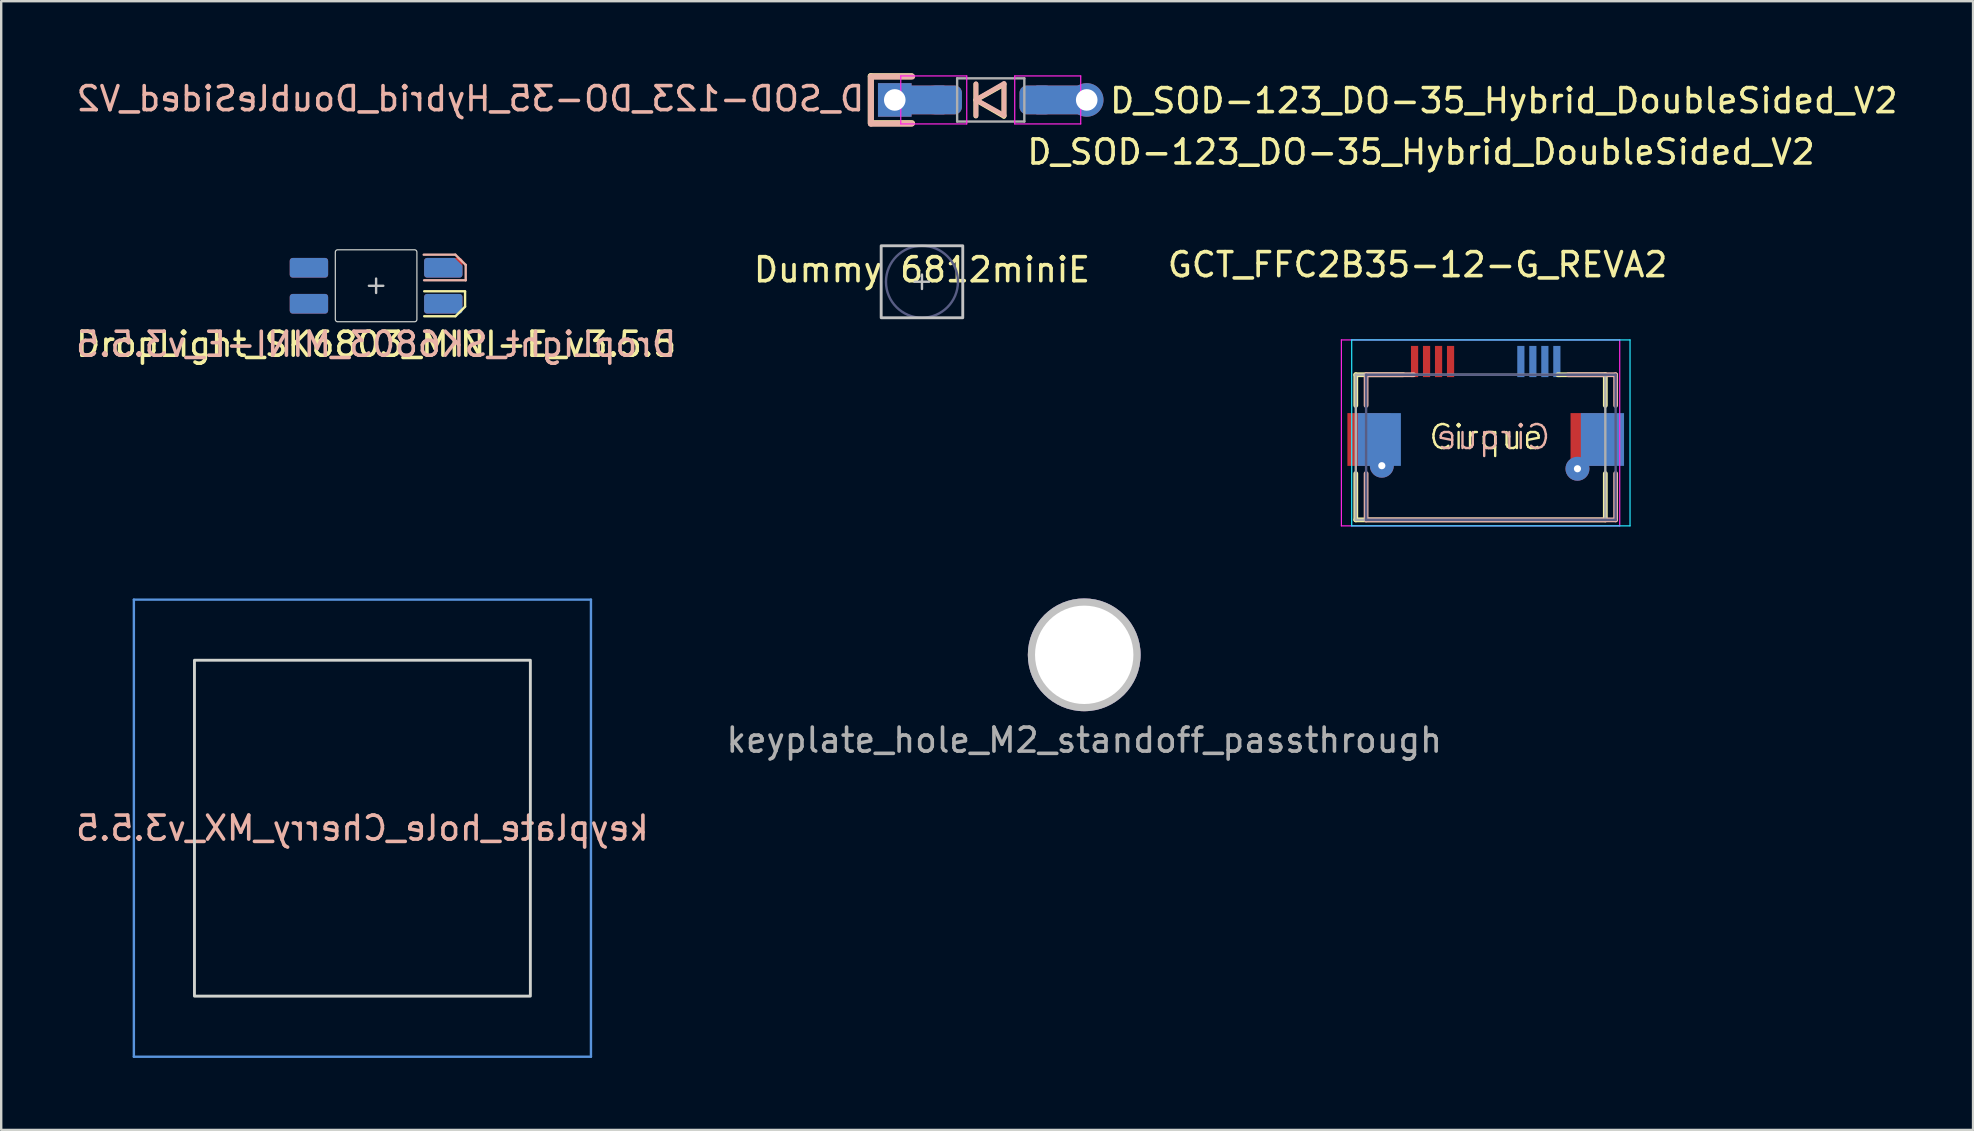
<source format=kicad_pcb>
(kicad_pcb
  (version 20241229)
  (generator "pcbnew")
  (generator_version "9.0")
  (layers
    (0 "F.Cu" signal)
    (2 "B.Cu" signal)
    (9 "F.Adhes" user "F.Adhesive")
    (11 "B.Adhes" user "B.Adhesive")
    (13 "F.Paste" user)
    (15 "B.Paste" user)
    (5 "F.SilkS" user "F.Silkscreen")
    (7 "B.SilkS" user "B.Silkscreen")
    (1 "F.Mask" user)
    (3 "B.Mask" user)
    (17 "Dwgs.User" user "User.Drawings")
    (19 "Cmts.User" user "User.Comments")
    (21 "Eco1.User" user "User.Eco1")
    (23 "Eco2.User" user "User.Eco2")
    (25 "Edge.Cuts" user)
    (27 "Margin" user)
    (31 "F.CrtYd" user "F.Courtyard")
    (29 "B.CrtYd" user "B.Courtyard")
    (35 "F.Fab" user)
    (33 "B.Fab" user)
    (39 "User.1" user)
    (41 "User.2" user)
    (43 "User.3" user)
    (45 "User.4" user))
  (footprint "GCT_FFC2B35-12-G_REVA2"
    (layer "F.Cu")
    (at 58.655 15.267)
    (property "Reference" "GCT_FFC2B35-12-G_REVA2" (at -2.625 -7.285 180) (layer "F.SilkS") (effects (font (size 1 1) (thickness 0.15))))
    (attr smd)
    (fp_line (start -5.2 -2.7) (end -3.22 -2.7) (stroke (width 0.2) (type solid)) (layer "F.SilkS"))
    (fp_line (start -5.2 -1.42) (end -5.2 -2.7) (stroke (width 0.2) (type solid)) (layer "F.SilkS"))
    (fp_line (start -5.2 3.35) (end -5.2 1.42) (stroke (width 0.2) (type solid)) (layer "F.SilkS"))
    (fp_line (start 3.22 -2.7) (end 5.2 -2.7) (stroke (width 0.2) (type solid)) (layer "F.SilkS"))
    (fp_line (start 5.2 -2.7) (end 5.2 -1.42) (stroke (width 0.2) (type solid)) (layer "F.SilkS"))
    (fp_line (start 5.2 3.35) (end -5.2 3.35) (stroke (width 0.2) (type solid)) (layer "F.SilkS"))
    (fp_line (start 5.2 3.35) (end 5.2 1.42) (stroke (width 0.2) (type solid)) (layer "F.SilkS"))
    (fp_line (start -4.77 -2.7) (end -4.77 -1.42) (stroke (width 0.2) (type solid)) (layer "B.SilkS"))
    (fp_line (start -4.77 3.35) (end -4.77 1.42) (stroke (width 0.2) (type solid)) (layer "B.SilkS"))
    (fp_line (start -4.77 3.35) (end 5.63 3.35) (stroke (width 0.2) (type solid)) (layer "B.SilkS"))
    (fp_line (start -2.79 -2.7) (end -4.77 -2.7) (stroke (width 0.2) (type solid)) (layer "B.SilkS"))
    (fp_line (start 5.63 -2.7) (end 3.65 -2.7) (stroke (width 0.2) (type solid)) (layer "B.SilkS"))
    (fp_line (start 5.63 -1.42) (end 5.63 -2.7) (stroke (width 0.2) (type solid)) (layer "B.SilkS"))
    (fp_line (start 5.63 3.35) (end 5.63 1.42) (stroke (width 0.2) (type solid)) (layer "B.SilkS"))
    (fp_line (start -5.37 -4.15) (end 6.23 -4.15) (stroke (width 0.05) (type solid)) (layer "B.CrtYd"))
    (fp_line (start -5.37 3.6) (end -5.37 -4.15) (stroke (width 0.05) (type solid)) (layer "B.CrtYd"))
    (fp_line (start 6.23 -4.15) (end 6.23 3.6) (stroke (width 0.05) (type solid)) (layer "B.CrtYd"))
    (fp_line (start 6.23 3.6) (end -5.37 3.6) (stroke (width 0.05) (type solid)) (layer "B.CrtYd"))
    (fp_line (start -5.8 -4.15) (end -5.8 3.6) (stroke (width 0.05) (type solid)) (layer "F.CrtYd"))
    (fp_line (start -5.8 3.6) (end 5.8 3.6) (stroke (width 0.05) (type solid)) (layer "F.CrtYd"))
    (fp_line (start 5.8 -4.15) (end -5.8 -4.15) (stroke (width 0.05) (type solid)) (layer "F.CrtYd"))
    (fp_line (start 5.8 3.6) (end 5.8 -4.15) (stroke (width 0.05) (type solid)) (layer "F.CrtYd"))
    (fp_line (start -4.77 -2.7) (end -4.77 3.35) (stroke (width 0.1) (type solid)) (layer "B.Fab"))
    (fp_line (start -4.77 3.35) (end 5.63 3.35) (stroke (width 0.1) (type solid)) (layer "B.Fab"))
    (fp_line (start 5.63 -2.7) (end -4.77 -2.7) (stroke (width 0.1) (type solid)) (layer "B.Fab"))
    (fp_line (start 5.63 3.35) (end 5.63 -2.7) (stroke (width 0.1) (type solid)) (layer "B.Fab"))
    (fp_line (start -5.2 -2.7) (end 5.2 -2.7) (stroke (width 0.1) (type solid)) (layer "F.Fab"))
    (fp_line (start -5.2 3.35) (end -5.2 -2.7) (stroke (width 0.1) (type solid)) (layer "F.Fab"))
    (fp_line (start 5.2 -2.7) (end 5.2 3.35) (stroke (width 0.1) (type solid)) (layer "F.Fab"))
    (fp_line (start 5.2 3.35) (end -5.2 3.35) (stroke (width 0.1) (type solid)) (layer "F.Fab"))
    (fp_line (start -5.799 -4.166) (end 6.247 -4.166) (stroke (width 0.05) (type solid)) (layer "User.9"))
    (fp_line (start -5.799 3.408) (end -5.799 -4.166) (stroke (width 0.05) (type default)) (layer "User.9"))
    (fp_line (start 6.247 -4.166) (end 6.247 3.408) (stroke (width 0.05) (type default)) (layer "User.9"))
    (fp_line (start 6.247 3.408) (end -5.799 3.408) (stroke (width 0.05) (type default)) (layer "User.9"))
    (fp_line (start -5.799 -4.166) (end 6.247 -4.166) (stroke (width 0.05) (type solid)) (layer "User.10"))
    (fp_line (start -5.799 3.408) (end -5.799 -4.166) (stroke (width 0.05) (type default)) (layer "User.10"))
    (fp_line (start 6.247 -4.166) (end 6.247 3.408) (stroke (width 0.05) (type default)) (layer "User.10"))
    (fp_line (start 6.247 3.408) (end -5.799 3.408) (stroke (width 0.05) (type default)) (layer "User.10"))
    (fp_text user "Cirque" (at 0.229 -0.102 0) (layer "F.SilkS") (effects (font (size 1 1) (thickness 0.1))))
    (fp_text user "Cirque" (at 0.533 -0.102 0) (layer "B.SilkS") (effects (font (size 1 1) (thickness 0.1)) (justify mirror)))
    (pad "1" smd rect (at -2.75 -3.25) (size 0.3 1.3) (layers "F.Cu" "F.Mask" "F.Paste"))
    (pad "1" smd rect (at 3.18 -3.25) (size 0.3 1.3) (layers "B.Cu" "B.Mask" "B.Paste"))
    (pad "2" smd rect (at -2.25 -3.25) (size 0.3 1.3) (layers "F.Cu" "F.Mask" "F.Paste"))
    (pad "2" smd rect (at 2.68 -3.25) (size 0.3 1.3) (layers "B.Cu" "B.Mask" "B.Paste"))
    (pad "3" smd rect (at -1.75 -3.25) (size 0.3 1.3) (layers "F.Cu" "F.Mask" "F.Paste"))
    (pad "3" smd rect (at 2.18 -3.25) (size 0.3 1.3) (layers "B.Cu" "B.Mask" "B.Paste"))
    (pad "4" smd rect (at -1.25 -3.25) (size 0.3 1.3) (layers "F.Cu" "F.Mask" "F.Paste"))
    (pad "4" smd rect (at 1.68 -3.25) (size 0.3 1.3) (layers "B.Cu" "B.Mask" "B.Paste"))
    (pad "SH1" smd rect (at -4.65 0) (size 1.8 2.2) (layers "F.Cu" "F.Mask" "F.Paste"))
    (pad "SH1" smd rect (at -4.22 0) (size 1.8 2.2) (layers "B.Cu" "B.Mask" "B.Paste"))
    (pad "SH1" thru_hole circle (at -4.115 1.092) (size 1 1) (drill 0.3) (layers "*.Cu" "*.Mask"))
    (pad "SH1" thru_hole circle (at 4.039 1.219) (size 1 1) (drill 0.3) (layers "*.Cu" "*.Mask"))
    (pad "SH1" smd rect (at 4.65 0) (size 1.8 2.2) (layers "F.Cu" "F.Mask" "F.Paste"))
    (pad "SH1" smd rect (at 5.08 0) (size 1.8 2.2) (layers "B.Cu" "B.Mask" "B.Paste")))
  (footprint "DropLight_SK6803_MINI-E_v3.5.5"
    (layer "F.Cu")
    (at 12.625 8.86)
    (property "Reference" "DropLight_SK6803_MINI-E_v3.5.5" (at 0 2.438 0) (layer "B.SilkS") (effects (font (size 1 1) (thickness 0.15)) (justify mirror)))
    (attr smd)
    (fp_line (start 2.005 1.27) (end 3.295 1.27) (stroke (width 0.1) (type solid)) (layer "F.SilkS"))
    (fp_line (start 3.309 1.27) (end 3.708 0.871) (stroke (width 0.1) (type default)) (layer "F.SilkS"))
    (fp_line (start 3.708 0.229) (end 2.005 0.229) (stroke (width 0.1) (type solid)) (layer "F.SilkS"))
    (fp_line (start 3.708 0.858) (end 3.708 0.245) (stroke (width 0.1) (type default)) (layer "F.SilkS"))
    (fp_line (start 1.984 -1.295) (end 3.302 -1.295) (stroke (width 0.1) (type solid)) (layer "B.SilkS"))
    (fp_line (start 3.302 -1.295) (end 3.734 -0.868) (stroke (width 0.1) (type default)) (layer "B.SilkS"))
    (fp_line (start 3.734 -0.868) (end 3.734 -0.229) (stroke (width 0.1) (type default)) (layer "B.SilkS"))
    (fp_line (start 3.734 -0.229) (end 2 -0.229) (stroke (width 0.1) (type solid)) (layer "B.SilkS"))
    (fp_line (start 0 -0.3) (end 0 0.3) (stroke (width 0.1) (type solid)) (layer "Dwgs.User"))
    (fp_line (start 0.3 0) (end -0.3 0) (stroke (width 0.1) (type solid)) (layer "Dwgs.User"))
    (fp_poly (pts (arc (start 1.7 -1.4) (mid 1.670711 -1.470711) (end 1.6 -1.5)) (arc (start -1.6 -1.5) (mid -1.670711 -1.470711) (end -1.7 -1.4)) (arc (start -1.7 1.4) (mid -1.670711 1.470711) (end -1.6 1.5)) (arc (start 1.6 1.5) (mid 1.670711 1.470711) (end 1.7 1.4))) (stroke (width 0.05) (type solid)) (fill no) (layer "Edge.Cuts"))
    (fp_line (start -1.803 -1.702) (end 1.854 -1.702) (stroke (width 0.05) (type default)) (layer "User.9"))
    (fp_line (start -1.803 1.575) (end -1.803 -1.702) (stroke (width 0.05) (type default)) (layer "User.9"))
    (fp_line (start 1.854 -1.702) (end 1.854 1.575) (stroke (width 0.05) (type default)) (layer "User.9"))
    (fp_line (start 1.854 1.575) (end -1.803 1.575) (stroke (width 0.05) (type default)) (layer "User.9"))
    (fp_line (start -1.803 -1.702) (end 1.854 -1.702) (stroke (width 0.05) (type default)) (layer "User.10"))
    (fp_line (start -1.803 1.575) (end -1.803 -1.702) (stroke (width 0.05) (type default)) (layer "User.10"))
    (fp_line (start 1.854 -1.702) (end 1.854 1.575) (stroke (width 0.05) (type default)) (layer "User.10"))
    (fp_line (start 1.854 1.575) (end -1.803 1.575) (stroke (width 0.05) (type default)) (layer "User.10"))
    (fp_text user "${REFERENCE}" (at 0 2.438 0) (layer "F.SilkS") (effects (font (size 1 1) (thickness 0.15))))
    (pad "1" smd roundrect (at 2.8 -0.75 180) (size 1.6 0.82) (layers "B.Cu" "B.Mask" "B.Paste") (roundrect_rratio 0.15) (chamfer_ratio 0.4) (chamfer bottom_left))
    (pad "1" smd roundrect (at 2.8 0.75) (size 1.6 0.82) (layers "F.Cu" "F.Mask" "F.Paste") (roundrect_rratio 0.15) (chamfer_ratio 0.4) (chamfer bottom_right))
    (pad "2" smd roundrect (at 2.8 -0.75 180) (size 1.6 0.82) (layers "F.Cu" "F.Mask" "F.Paste") (roundrect_rratio 0.15))
    (pad "2" smd roundrect (at 2.8 0.75) (size 1.6 0.82) (layers "B.Cu" "B.Mask" "B.Paste") (roundrect_rratio 0.15))
    (pad "3" smd roundrect (at -2.8 -0.75) (size 1.6 0.82) (layers "F.Cu" "F.Mask" "F.Paste") (roundrect_rratio 0.15))
    (pad "3" smd roundrect (at -2.8 0.75 180) (size 1.6 0.82) (layers "B.Cu" "B.Mask" "B.Paste") (roundrect_rratio 0.15))
    (pad "4" smd roundrect (at -2.8 -0.75 180) (size 1.6 0.82) (layers "B.Cu" "B.Mask" "B.Paste") (roundrect_rratio 0.15))
    (pad "4" smd roundrect (at -2.8 0.75 180) (size 1.6 0.82) (layers "F.Cu" "F.Mask" "F.Paste") (roundrect_rratio 0.15)))
  (footprint "keyplate_hole_Cherry_MX_v3.5.5"
    (layer "F.Cu")
    (at 12.054 31.466)
    (property "Reference" "keyplate_hole_Cherry_MX_v3.5.5" (at 0 0 0) (layer "B.SilkS") (effects (font (size 1 1) (thickness 0.15)) (justify mirror)))
    (attr through_hole)
    (fp_line (start -9.525 -9.525) (end -9.525 9.525) (stroke (width 0.1) (type solid)) (layer "Cmts.User"))
    (fp_line (start 9.525 -9.525) (end -9.525 -9.525) (stroke (width 0.1) (type solid)) (layer "Cmts.User"))
    (fp_line (start 9.525 -9.525) (end 9.525 9.525) (stroke (width 0.1) (type solid)) (layer "Cmts.User"))
    (fp_line (start 9.525 9.525) (end -9.525 9.525) (stroke (width 0.1) (type solid)) (layer "Cmts.User"))
    (fp_rect (start 7 -7) (end -7 7) (stroke (width 0.12) (type default)) (fill no) (layer "Edge.Cuts")))
  (footprint "D_SOD-123_DO-35_Hybrid_DoubleSided_V2"
    (layer "F.Cu")
    (at 38.241 1.115)
    (property "Reference" "D_SOD-123_DO-35_Hybrid_DoubleSided_V2" (at 1.43 2.17 180) (layer "F.SilkS") (effects (font (size 1 1) (thickness 0.15)) (justify left)))
    (attr smd)
    (fp_line (start -5 0.96) (end -5 -0.99) (stroke (width 0.25) (type default)) (layer "F.SilkS"))
    (fp_line (start -3.3 -0.99) (end -5 -0.99) (stroke (width 0.25) (type default)) (layer "F.SilkS"))
    (fp_line (start -3.28 0.97) (end -4.99 0.97) (stroke (width 0.25) (type default)) (layer "F.SilkS"))
    (fp_line (start -0.62 0.005) (end 0.55 0.68) (stroke (width 0.2) (type solid)) (layer "F.SilkS"))
    (fp_line (start -0.62 0.67) (end -0.62 -0.66) (stroke (width 0.2) (type solid)) (layer "F.SilkS"))
    (fp_line (start 0.55 -0.65) (end -0.62 0.005) (stroke (width 0.2) (type solid)) (layer "F.SilkS"))
    (fp_line (start 0.55 0.68) (end 0.55 -0.65) (stroke (width 0.2) (type solid)) (layer "F.SilkS"))
    (fp_line (start -4.995 -0.963) (end -4.995 0.988) (stroke (width 0.25) (type default)) (layer "B.SilkS"))
    (fp_line (start -3.295 0.988) (end -4.995 0.988) (stroke (width 0.25) (type default)) (layer "B.SilkS"))
    (fp_line (start -3.275 -0.973) (end -4.985 -0.973) (stroke (width 0.25) (type default)) (layer "B.SilkS"))
    (fp_line (start -0.615 -0.672) (end -0.615 0.657) (stroke (width 0.2) (type solid)) (layer "B.SilkS"))
    (fp_line (start -0.615 -0.007) (end 0.555 -0.682) (stroke (width 0.2) (type solid)) (layer "B.SilkS"))
    (fp_line (start 0.555 -0.682) (end 0.555 0.647) (stroke (width 0.2) (type solid)) (layer "B.SilkS"))
    (fp_line (start 0.555 0.647) (end -0.615 -0.007) (stroke (width 0.2) (type solid)) (layer "B.SilkS"))
    (fp_line (start -3.75 1) (end -3.75 -1) (stroke (width 0.05) (type default)) (layer "F.CrtYd"))
    (fp_line (start -3.75 1) (end -1 1) (stroke (width 0.05) (type solid)) (layer "F.CrtYd"))
    (fp_line (start -1 -1) (end -3.75 -1) (stroke (width 0.05) (type solid)) (layer "F.CrtYd"))
    (fp_line (start -1 1) (end -1 -1) (stroke (width 0.05) (type default)) (layer "F.CrtYd"))
    (fp_line (start 1 1) (end 1 -1) (stroke (width 0.05) (type default)) (layer "F.CrtYd"))
    (fp_line (start 1 1) (end 3.75 1) (stroke (width 0.05) (type solid)) (layer "F.CrtYd"))
    (fp_line (start 3.75 -1) (end 1 -1) (stroke (width 0.05) (type solid)) (layer "F.CrtYd"))
    (fp_line (start 3.75 1) (end 3.75 -1) (stroke (width 0.05) (type default)) (layer "F.CrtYd"))
    (fp_line (start -1.4 -0.9) (end -1.4 0.9) (stroke (width 0.1) (type solid)) (layer "F.Fab"))
    (fp_line (start -1.4 0.9) (end 1.4 0.9) (stroke (width 0.1) (type solid)) (layer "F.Fab"))
    (fp_line (start 1.4 -0.9) (end -1.4 -0.9) (stroke (width 0.1) (type solid)) (layer "F.Fab"))
    (fp_line (start 1.4 0.9) (end 1.4 -0.9) (stroke (width 0.1) (type solid)) (layer "F.Fab"))
    (fp_line (start -4.978 -1.011) (end -4.978 1.016) (stroke (width 0.05) (type solid)) (layer "User.9"))
    (fp_line (start -4.978 1.016) (end 4.833 1.016) (stroke (width 0.05) (type default)) (layer "User.9"))
    (fp_line (start 4.833 -1.011) (end -4.979 -1.011) (stroke (width 0.05) (type solid)) (layer "User.9"))
    (fp_line (start 4.833 1.016) (end 4.833 -1.011) (stroke (width 0.05) (type default)) (layer "User.9"))
    (fp_line (start -4.978 -1.016) (end -4.978 1.011) (stroke (width 0.05) (type solid)) (layer "User.10"))
    (fp_line (start -4.978 1.011) (end 4.833 1.011) (stroke (width 0.05) (type default)) (layer "User.10"))
    (fp_line (start 4.833 -1.016) (end -4.979 -1.016) (stroke (width 0.05) (type solid)) (layer "User.10"))
    (fp_line (start 4.833 1.011) (end 4.833 -1.016) (stroke (width 0.05) (type default)) (layer "User.10"))
    (fp_text user "${REFERENCE}" (at 4.88 0.03 180) (layer "F.SilkS") (effects (font (size 1 1) (thickness 0.15)) (justify left)))
    (fp_text user "${REFERENCE}" (at -5.182 -0.051 180) (layer "B.SilkS") (effects (font (size 1 1) (thickness 0.15)) (justify left mirror)))
    (pad "1" thru_hole rect (at -4 0) (size 1.4 1.4) (drill 0.9) (layers "*.Cu" "*.Mask"))
    (pad "1" smd rect (at -2.75 0) (size 1.6 1.2) (layers "B.Cu"))
    (pad "1" smd rect (at -2.7 0) (size 1.6 1.2) (layers "F.Cu"))
    (pad "1" smd roundrect (at -1.95 0) (size 1.5 1.2) (layers "F.Cu" "F.Mask" "F.Paste") (roundrect_rratio 0.25))
    (pad "1" smd roundrect (at -1.9 0) (size 1.4 1.2) (layers "B.Cu" "B.Mask" "B.Paste") (roundrect_rratio 0.25))
    (pad "2" smd roundrect (at 1.9 0) (size 1.4 1.2) (layers "F.Cu" "F.Mask" "F.Paste") (roundrect_rratio 0.25))
    (pad "2" smd roundrect (at 1.9 0) (size 1.4 1.2) (layers "B.Cu" "B.Mask" "B.Paste") (roundrect_rratio 0.25))
    (pad "2" smd rect (at 2.96 0) (size 2.12 1.2) (layers "F.Cu"))
    (pad "2" smd rect (at 2.97 0) (size 2.14 1.2) (layers "B.Cu"))
    (pad "2" thru_hole circle (at 4 0) (size 1.4 1.4) (drill 0.9) (layers "*.Cu" "*.Mask")))
  (footprint "keyplate_hole_M2_standoff_passthrough"
    (layer "F.Cu")
    (at 42.137 24.241)
    (property "Reference" "keyplate_hole_M2_standoff_passthrough" (at 0 3.556 0) (unlocked yes) (layer "F.Fab") (effects (font (size 1 1) (thickness 0.15))))
    (attr through_hole exclude_from_pos_files exclude_from_bom)
    (fp_circle (center 0 0) (end 2.05 0) (stroke (width 0.1) (type default)) (fill no) (layer "User.3"))
    (fp_circle (center 0 0) (end 2.05 0) (stroke (width 0.1) (type default)) (fill no) (layer "User.4"))
    (fp_circle (center 0 0) (end 1.1 0) (stroke (width 0.1) (type default)) (fill no) (layer "User.6"))
    (fp_circle (center 0 0) (end 1.1 0) (stroke (width 0.1) (type default)) (fill no) (layer "User.7"))
    (fp_circle (center 0 0) (end 1.1 0) (stroke (width 0.1) (type default)) (fill no) (layer "User.8"))
    (fp_circle (center 0 0) (end 1.1 0) (stroke (width 0.04) (type default)) (fill no) (layer "User.9"))
    (fp_circle (center 0 0) (end 1.1 0) (stroke (width 0.05) (type default)) (fill no) (layer "User.10"))
    (pad "" thru_hole circle (at 0 0 90) (size 4.7 4.7) (drill 4.1) (layers "*.Cu" "*.Mask" "Dwgs.User")))
  (footprint "Dummy 6812miniE"
    (layer "F.Cu")
    (at 35.375 8.693)
    (property "Reference" "Dummy 6812miniE" (at 0 -0.5 0) (unlocked yes) (layer "F.SilkS") (effects (font (size 1 1) (thickness 0.15))))
    (attr smd board_only allow_missing_courtyard)
    (fp_line (start -0.3 0) (end 0.3 0) (stroke (width 0.1) (type solid)) (layer "Dwgs.User"))
    (fp_line (start 0 -0.3) (end 0 0.3) (stroke (width 0.1) (type solid)) (layer "Dwgs.User"))
    (fp_rect (start -1.7 -1.5) (end 1.7 1.5) (stroke (width 0.12) (type default)) (fill no) (layer "Dwgs.User"))
    (fp_circle (center 0 0) (end 0 1.5) (stroke (width 0.1) (type solid)) (fill no) (layer "B.Fab")))
  (gr_rect
    (start -3 -3)
    (end 79.181 44.041)
    (stroke (width 0.1) (type default))
    (fill no)
    (layer "Edge.Cuts")))
</source>
